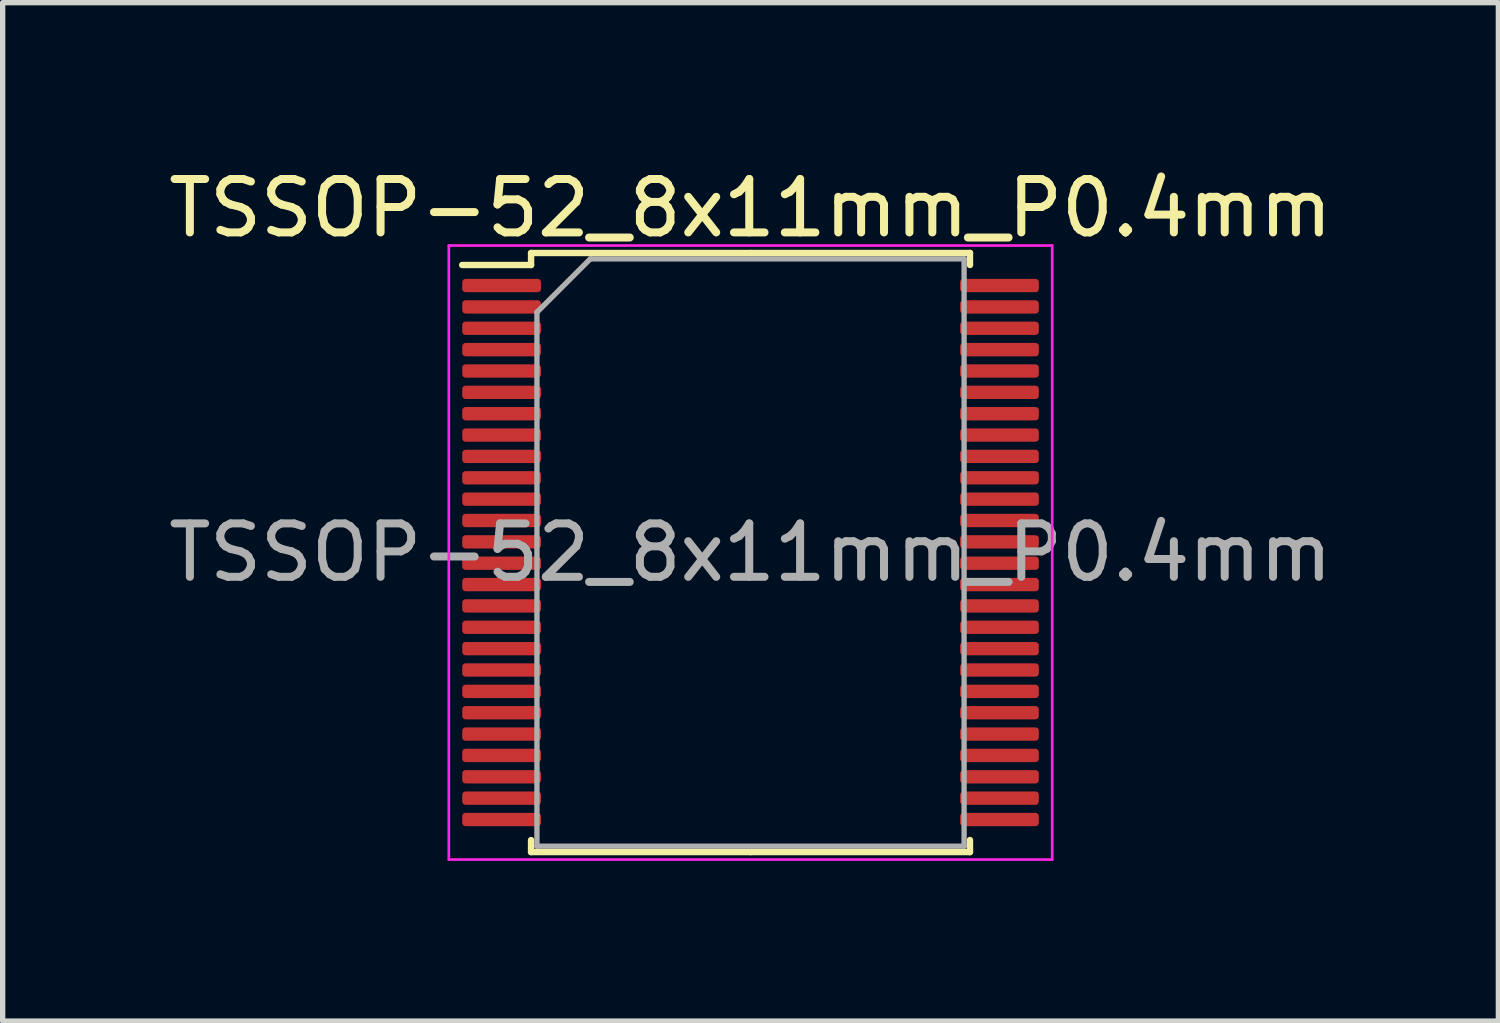
<source format=kicad_pcb>
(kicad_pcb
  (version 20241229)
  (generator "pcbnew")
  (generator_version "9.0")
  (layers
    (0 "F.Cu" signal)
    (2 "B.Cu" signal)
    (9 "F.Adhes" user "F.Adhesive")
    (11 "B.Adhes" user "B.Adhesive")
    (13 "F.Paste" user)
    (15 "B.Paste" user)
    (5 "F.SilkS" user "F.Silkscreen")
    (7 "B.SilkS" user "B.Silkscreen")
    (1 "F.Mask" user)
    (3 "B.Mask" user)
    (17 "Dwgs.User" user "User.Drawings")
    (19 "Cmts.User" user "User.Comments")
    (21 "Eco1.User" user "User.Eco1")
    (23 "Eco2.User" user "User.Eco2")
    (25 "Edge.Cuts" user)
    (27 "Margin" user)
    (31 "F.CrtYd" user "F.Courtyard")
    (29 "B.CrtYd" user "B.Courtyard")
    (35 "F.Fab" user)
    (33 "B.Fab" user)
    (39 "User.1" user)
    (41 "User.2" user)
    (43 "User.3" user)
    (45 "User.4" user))
  (footprint "TSSOP-52_8x11mm_P0.4mm"
    (layer "F.Cu")
    (at 11.006 7.298)
    (property "Reference" "TSSOP-52_8x11mm_P0.4mm" (at 0 -6.45 0) (layer "F.SilkS") (effects (font (size 1 1) (thickness 0.15))))
    (attr smd)
    (fp_line (start -4.11 -5.61) (end -4.11 -5.385) (stroke (width 0.12) (type solid)) (layer "F.SilkS"))
    (fp_line (start -4.11 -5.385) (end -5.4 -5.385) (stroke (width 0.12) (type solid)) (layer "F.SilkS"))
    (fp_line (start -4.11 5.61) (end -4.11 5.385) (stroke (width 0.12) (type solid)) (layer "F.SilkS"))
    (fp_line (start 0 -5.61) (end -4.11 -5.61) (stroke (width 0.12) (type solid)) (layer "F.SilkS"))
    (fp_line (start 0 -5.61) (end 4.11 -5.61) (stroke (width 0.12) (type solid)) (layer "F.SilkS"))
    (fp_line (start 0 5.61) (end -4.11 5.61) (stroke (width 0.12) (type solid)) (layer "F.SilkS"))
    (fp_line (start 0 5.61) (end 4.11 5.61) (stroke (width 0.12) (type solid)) (layer "F.SilkS"))
    (fp_line (start 4.11 -5.61) (end 4.11 -5.385) (stroke (width 0.12) (type solid)) (layer "F.SilkS"))
    (fp_line (start 4.11 5.61) (end 4.11 5.385) (stroke (width 0.12) (type solid)) (layer "F.SilkS"))
    (fp_line (start -5.65 -5.75) (end -5.65 5.75) (stroke (width 0.05) (type solid)) (layer "F.CrtYd"))
    (fp_line (start -5.65 5.75) (end 5.65 5.75) (stroke (width 0.05) (type solid)) (layer "F.CrtYd"))
    (fp_line (start 5.65 -5.75) (end -5.65 -5.75) (stroke (width 0.05) (type solid)) (layer "F.CrtYd"))
    (fp_line (start 5.65 5.75) (end 5.65 -5.75) (stroke (width 0.05) (type solid)) (layer "F.CrtYd"))
    (fp_line (start -4 -4.5) (end -3 -5.5) (stroke (width 0.1) (type solid)) (layer "F.Fab"))
    (fp_line (start -4 5.5) (end -4 -4.5) (stroke (width 0.1) (type solid)) (layer "F.Fab"))
    (fp_line (start -3 -5.5) (end 4 -5.5) (stroke (width 0.1) (type solid)) (layer "F.Fab"))
    (fp_line (start 4 -5.5) (end 4 5.5) (stroke (width 0.1) (type solid)) (layer "F.Fab"))
    (fp_line (start 4 5.5) (end -4 5.5) (stroke (width 0.1) (type solid)) (layer "F.Fab"))
    (fp_text user "${REFERENCE}" (at 0 0 0) (layer "F.Fab") (effects (font (size 1 1) (thickness 0.15))))
    (pad "1" smd roundrect (at -4.662 -5) (size 1.475 0.25) (layers "F.Cu" "F.Mask" "F.Paste") (roundrect_rratio 0.25))
    (pad "2" smd roundrect (at -4.662 -4.6) (size 1.475 0.25) (layers "F.Cu" "F.Mask" "F.Paste") (roundrect_rratio 0.25))
    (pad "3" smd roundrect (at -4.662 -4.2) (size 1.475 0.25) (layers "F.Cu" "F.Mask" "F.Paste") (roundrect_rratio 0.25))
    (pad "4" smd roundrect (at -4.662 -3.8) (size 1.475 0.25) (layers "F.Cu" "F.Mask" "F.Paste") (roundrect_rratio 0.25))
    (pad "5" smd roundrect (at -4.662 -3.4) (size 1.475 0.25) (layers "F.Cu" "F.Mask" "F.Paste") (roundrect_rratio 0.25))
    (pad "6" smd roundrect (at -4.662 -3) (size 1.475 0.25) (layers "F.Cu" "F.Mask" "F.Paste") (roundrect_rratio 0.25))
    (pad "7" smd roundrect (at -4.662 -2.6) (size 1.475 0.25) (layers "F.Cu" "F.Mask" "F.Paste") (roundrect_rratio 0.25))
    (pad "8" smd roundrect (at -4.662 -2.2) (size 1.475 0.25) (layers "F.Cu" "F.Mask" "F.Paste") (roundrect_rratio 0.25))
    (pad "9" smd roundrect (at -4.662 -1.8) (size 1.475 0.25) (layers "F.Cu" "F.Mask" "F.Paste") (roundrect_rratio 0.25))
    (pad "10" smd roundrect (at -4.662 -1.4) (size 1.475 0.25) (layers "F.Cu" "F.Mask" "F.Paste") (roundrect_rratio 0.25))
    (pad "11" smd roundrect (at -4.662 -1) (size 1.475 0.25) (layers "F.Cu" "F.Mask" "F.Paste") (roundrect_rratio 0.25))
    (pad "12" smd roundrect (at -4.662 -0.6) (size 1.475 0.25) (layers "F.Cu" "F.Mask" "F.Paste") (roundrect_rratio 0.25))
    (pad "13" smd roundrect (at -4.662 -0.2) (size 1.475 0.25) (layers "F.Cu" "F.Mask" "F.Paste") (roundrect_rratio 0.25))
    (pad "14" smd roundrect (at -4.662 0.2) (size 1.475 0.25) (layers "F.Cu" "F.Mask" "F.Paste") (roundrect_rratio 0.25))
    (pad "15" smd roundrect (at -4.662 0.6) (size 1.475 0.25) (layers "F.Cu" "F.Mask" "F.Paste") (roundrect_rratio 0.25))
    (pad "16" smd roundrect (at -4.662 1) (size 1.475 0.25) (layers "F.Cu" "F.Mask" "F.Paste") (roundrect_rratio 0.25))
    (pad "17" smd roundrect (at -4.662 1.4) (size 1.475 0.25) (layers "F.Cu" "F.Mask" "F.Paste") (roundrect_rratio 0.25))
    (pad "18" smd roundrect (at -4.662 1.8) (size 1.475 0.25) (layers "F.Cu" "F.Mask" "F.Paste") (roundrect_rratio 0.25))
    (pad "19" smd roundrect (at -4.662 2.2) (size 1.475 0.25) (layers "F.Cu" "F.Mask" "F.Paste") (roundrect_rratio 0.25))
    (pad "20" smd roundrect (at -4.662 2.6) (size 1.475 0.25) (layers "F.Cu" "F.Mask" "F.Paste") (roundrect_rratio 0.25))
    (pad "21" smd roundrect (at -4.662 3) (size 1.475 0.25) (layers "F.Cu" "F.Mask" "F.Paste") (roundrect_rratio 0.25))
    (pad "22" smd roundrect (at -4.662 3.4) (size 1.475 0.25) (layers "F.Cu" "F.Mask" "F.Paste") (roundrect_rratio 0.25))
    (pad "23" smd roundrect (at -4.662 3.8) (size 1.475 0.25) (layers "F.Cu" "F.Mask" "F.Paste") (roundrect_rratio 0.25))
    (pad "24" smd roundrect (at -4.662 4.2) (size 1.475 0.25) (layers "F.Cu" "F.Mask" "F.Paste") (roundrect_rratio 0.25))
    (pad "25" smd roundrect (at -4.662 4.6) (size 1.475 0.25) (layers "F.Cu" "F.Mask" "F.Paste") (roundrect_rratio 0.25))
    (pad "26" smd roundrect (at -4.662 5) (size 1.475 0.25) (layers "F.Cu" "F.Mask" "F.Paste") (roundrect_rratio 0.25))
    (pad "27" smd roundrect (at 4.662 5) (size 1.475 0.25) (layers "F.Cu" "F.Mask" "F.Paste") (roundrect_rratio 0.25))
    (pad "28" smd roundrect (at 4.662 4.6) (size 1.475 0.25) (layers "F.Cu" "F.Mask" "F.Paste") (roundrect_rratio 0.25))
    (pad "29" smd roundrect (at 4.662 4.2) (size 1.475 0.25) (layers "F.Cu" "F.Mask" "F.Paste") (roundrect_rratio 0.25))
    (pad "30" smd roundrect (at 4.662 3.8) (size 1.475 0.25) (layers "F.Cu" "F.Mask" "F.Paste") (roundrect_rratio 0.25))
    (pad "31" smd roundrect (at 4.662 3.4) (size 1.475 0.25) (layers "F.Cu" "F.Mask" "F.Paste") (roundrect_rratio 0.25))
    (pad "32" smd roundrect (at 4.662 3) (size 1.475 0.25) (layers "F.Cu" "F.Mask" "F.Paste") (roundrect_rratio 0.25))
    (pad "33" smd roundrect (at 4.662 2.6) (size 1.475 0.25) (layers "F.Cu" "F.Mask" "F.Paste") (roundrect_rratio 0.25))
    (pad "34" smd roundrect (at 4.662 2.2) (size 1.475 0.25) (layers "F.Cu" "F.Mask" "F.Paste") (roundrect_rratio 0.25))
    (pad "35" smd roundrect (at 4.662 1.8) (size 1.475 0.25) (layers "F.Cu" "F.Mask" "F.Paste") (roundrect_rratio 0.25))
    (pad "36" smd roundrect (at 4.662 1.4) (size 1.475 0.25) (layers "F.Cu" "F.Mask" "F.Paste") (roundrect_rratio 0.25))
    (pad "37" smd roundrect (at 4.662 1) (size 1.475 0.25) (layers "F.Cu" "F.Mask" "F.Paste") (roundrect_rratio 0.25))
    (pad "38" smd roundrect (at 4.662 0.6) (size 1.475 0.25) (layers "F.Cu" "F.Mask" "F.Paste") (roundrect_rratio 0.25))
    (pad "39" smd roundrect (at 4.662 0.2) (size 1.475 0.25) (layers "F.Cu" "F.Mask" "F.Paste") (roundrect_rratio 0.25))
    (pad "40" smd roundrect (at 4.662 -0.2) (size 1.475 0.25) (layers "F.Cu" "F.Mask" "F.Paste") (roundrect_rratio 0.25))
    (pad "41" smd roundrect (at 4.662 -0.6) (size 1.475 0.25) (layers "F.Cu" "F.Mask" "F.Paste") (roundrect_rratio 0.25))
    (pad "42" smd roundrect (at 4.662 -1) (size 1.475 0.25) (layers "F.Cu" "F.Mask" "F.Paste") (roundrect_rratio 0.25))
    (pad "43" smd roundrect (at 4.662 -1.4) (size 1.475 0.25) (layers "F.Cu" "F.Mask" "F.Paste") (roundrect_rratio 0.25))
    (pad "44" smd roundrect (at 4.662 -1.8) (size 1.475 0.25) (layers "F.Cu" "F.Mask" "F.Paste") (roundrect_rratio 0.25))
    (pad "45" smd roundrect (at 4.662 -2.2) (size 1.475 0.25) (layers "F.Cu" "F.Mask" "F.Paste") (roundrect_rratio 0.25))
    (pad "46" smd roundrect (at 4.662 -2.6) (size 1.475 0.25) (layers "F.Cu" "F.Mask" "F.Paste") (roundrect_rratio 0.25))
    (pad "47" smd roundrect (at 4.662 -3) (size 1.475 0.25) (layers "F.Cu" "F.Mask" "F.Paste") (roundrect_rratio 0.25))
    (pad "48" smd roundrect (at 4.662 -3.4) (size 1.475 0.25) (layers "F.Cu" "F.Mask" "F.Paste") (roundrect_rratio 0.25))
    (pad "49" smd roundrect (at 4.662 -3.8) (size 1.475 0.25) (layers "F.Cu" "F.Mask" "F.Paste") (roundrect_rratio 0.25))
    (pad "50" smd roundrect (at 4.662 -4.2) (size 1.475 0.25) (layers "F.Cu" "F.Mask" "F.Paste") (roundrect_rratio 0.25))
    (pad "51" smd roundrect (at 4.662 -4.6) (size 1.475 0.25) (layers "F.Cu" "F.Mask" "F.Paste") (roundrect_rratio 0.25))
    (pad "52" smd roundrect (at 4.662 -5) (size 1.475 0.25) (layers "F.Cu" "F.Mask" "F.Paste") (roundrect_rratio 0.25)))
  (gr_rect
    (start -3 -3)
    (end 25.012 16.073)
    (stroke (width 0.1) (type default))
    (fill no)
    (layer "Edge.Cuts")))
</source>
